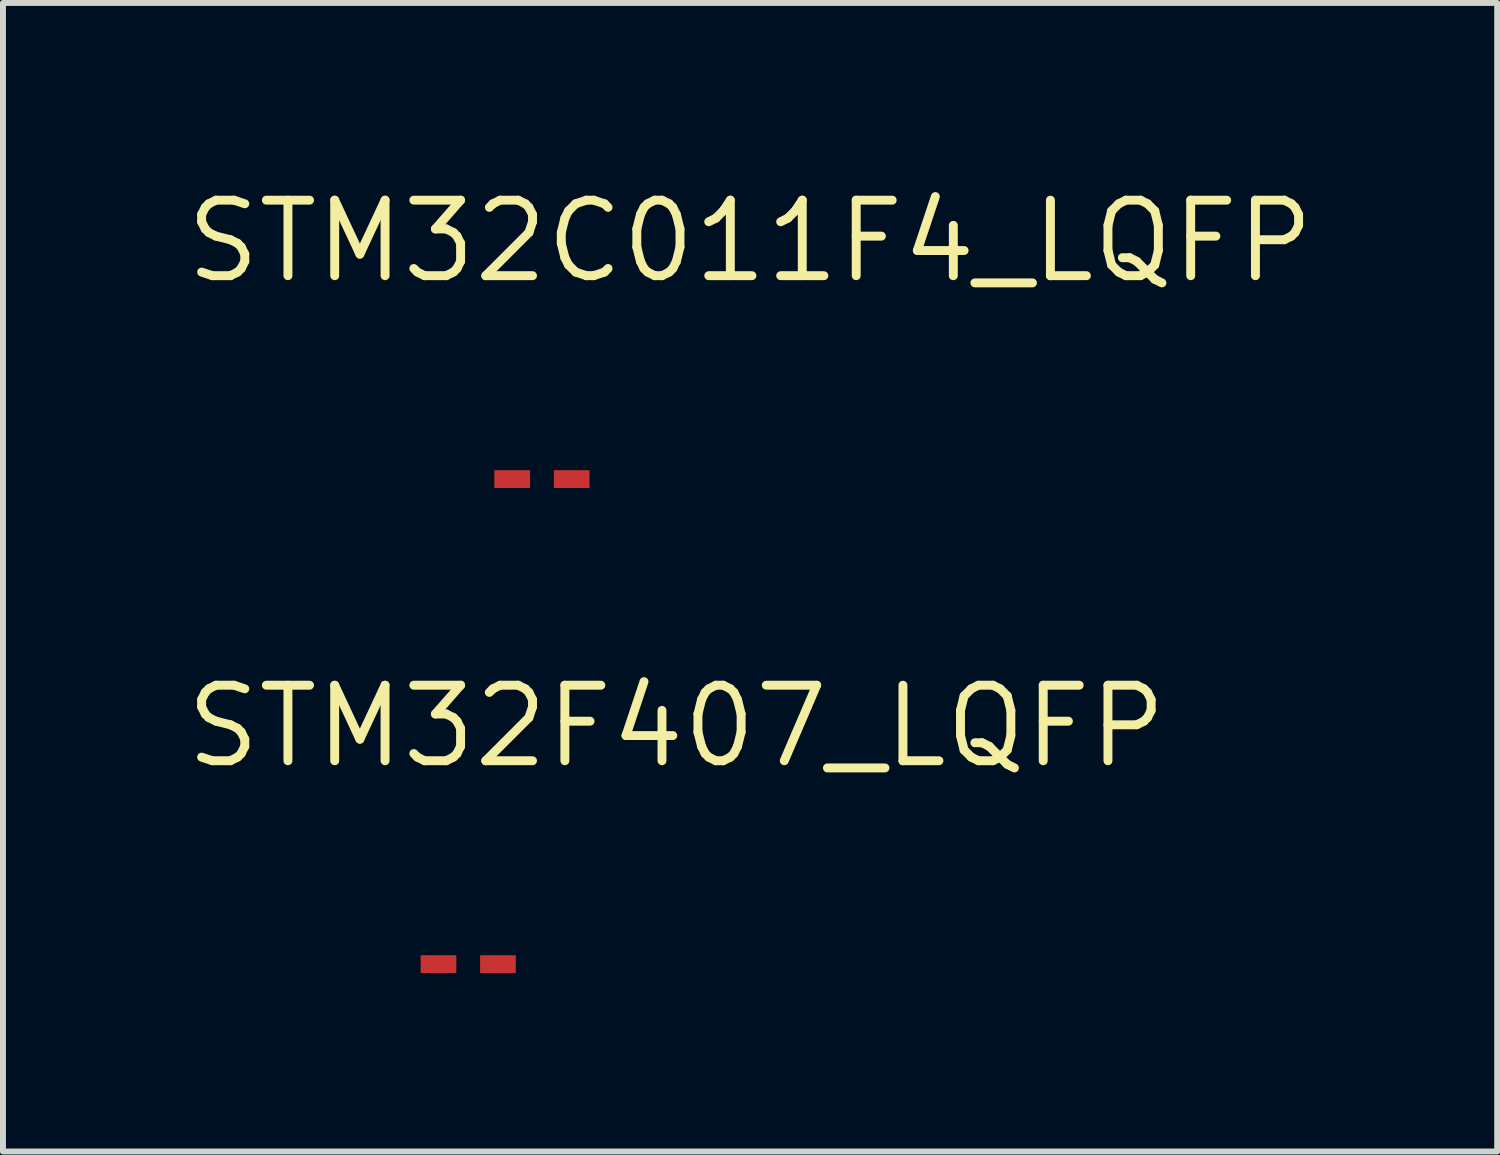
<source format=kicad_pcb>
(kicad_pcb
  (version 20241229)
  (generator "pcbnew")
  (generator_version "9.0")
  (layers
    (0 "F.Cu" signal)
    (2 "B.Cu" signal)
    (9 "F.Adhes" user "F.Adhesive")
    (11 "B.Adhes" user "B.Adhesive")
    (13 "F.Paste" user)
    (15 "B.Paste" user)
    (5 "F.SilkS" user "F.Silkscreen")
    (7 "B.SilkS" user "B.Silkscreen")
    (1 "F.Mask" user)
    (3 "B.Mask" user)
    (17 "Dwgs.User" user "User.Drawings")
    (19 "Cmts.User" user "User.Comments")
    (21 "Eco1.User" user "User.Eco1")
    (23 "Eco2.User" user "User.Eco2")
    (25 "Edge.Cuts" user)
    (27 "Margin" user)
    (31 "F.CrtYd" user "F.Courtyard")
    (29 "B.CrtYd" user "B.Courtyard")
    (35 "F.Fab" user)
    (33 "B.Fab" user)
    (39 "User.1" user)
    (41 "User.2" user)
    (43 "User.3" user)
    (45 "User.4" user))
  (footprint "STM32F407_LQFP"
    (layer "F.Cu")
    (at 8.323 9.162)
    (property "Reference" "STM32F407_LQFP" (at 0 0 0) (layer "F.SilkS") (effects (font (size 1.27 1.27) (thickness 0.15))))
    (attr through_hole)
    (pad "1" smd rect (at -4 4) (size 0.6 0.3) (layers "F.Cu" "F.Mask" "F.Paste"))
    (pad "2" smd rect (at -3 4) (size 0.6 0.3) (layers "F.Cu" "F.Mask" "F.Paste")))
  (footprint "STM32C011F4_LQFP"
    (layer "F.Cu")
    (at 9.563 1.006)
    (property "Reference" "STM32C011F4_LQFP" (at 0 0 0) (layer "F.SilkS") (effects (font (size 1.27 1.27) (thickness 0.15))))
    (attr through_hole)
    (pad "1" smd rect (at -4 4) (size 0.6 0.3) (layers "F.Cu" "F.Mask" "F.Paste"))
    (pad "2" smd rect (at -3 4) (size 0.6 0.3) (layers "F.Cu" "F.Mask" "F.Paste")))
  (gr_rect
    (start -3 -3)
    (end 22.125 16.312)
    (stroke (width 0.1) (type default))
    (fill no)
    (layer "Edge.Cuts")))
</source>
